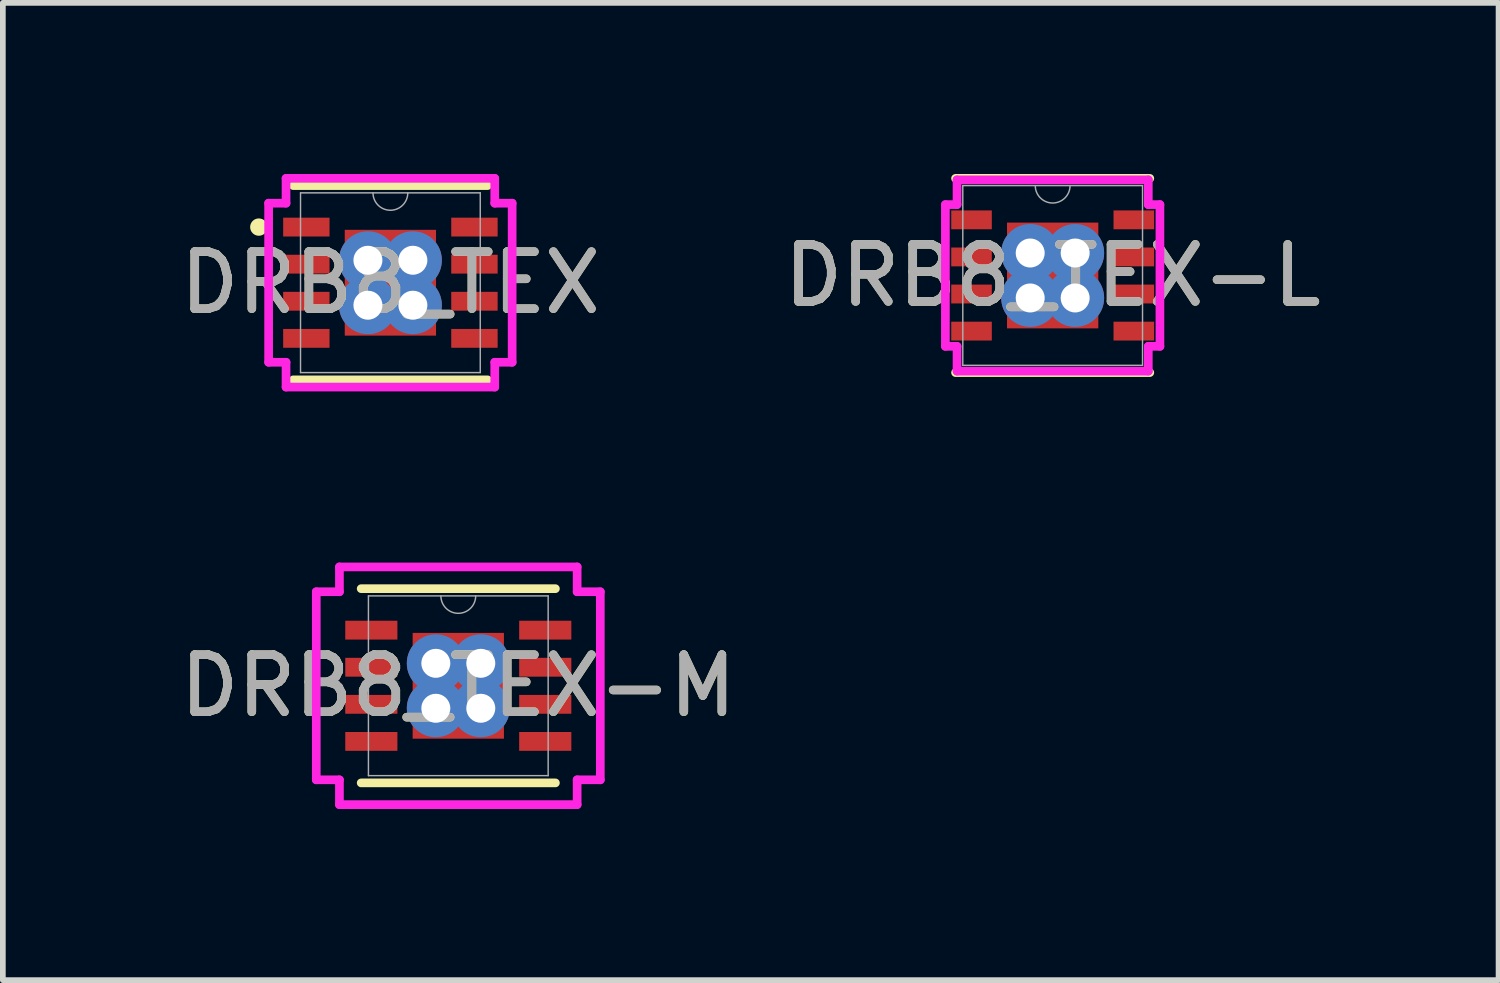
<source format=kicad_pcb>
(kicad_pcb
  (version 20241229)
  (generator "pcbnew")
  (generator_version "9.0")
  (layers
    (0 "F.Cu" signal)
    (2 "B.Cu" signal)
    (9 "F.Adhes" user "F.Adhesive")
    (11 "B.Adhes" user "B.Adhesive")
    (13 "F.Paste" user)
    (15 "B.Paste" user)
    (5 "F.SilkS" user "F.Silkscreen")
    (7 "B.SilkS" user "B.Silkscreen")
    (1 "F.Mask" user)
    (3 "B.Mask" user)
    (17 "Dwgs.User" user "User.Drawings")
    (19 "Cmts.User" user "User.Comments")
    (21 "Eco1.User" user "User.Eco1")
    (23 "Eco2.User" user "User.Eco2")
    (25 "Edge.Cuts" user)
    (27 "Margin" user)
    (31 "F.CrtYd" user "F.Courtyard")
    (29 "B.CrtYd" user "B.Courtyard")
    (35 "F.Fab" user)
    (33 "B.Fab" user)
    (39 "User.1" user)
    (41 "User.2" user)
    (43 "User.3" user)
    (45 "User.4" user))
  (footprint "DRB8_TEX-M"
    (layer "F.Cu")
    (at 4.982 8.969)
    (property "Reference" "DRB8_TEX-M" (at 0 0 0) (unlocked yes) (layer "F.SilkS") (effects (font (size 1 1) (thickness 0.15))))
    (attr smd)
    (fp_poly (pts (xy -0.864 -0.991) (xy -0.594 -0.991) (xy -0.594 0.991) (xy -0.864 0.991)) (stroke (width 0) (type solid)) (fill yes) (layer "F.Mask"))
    (fp_poly (pts (xy -0.864 -0.991) (xy 0.864 -0.991) (xy 0.864 -0.594) (xy -0.864 -0.594)) (stroke (width 0) (type solid)) (fill yes) (layer "F.Mask"))
    (fp_poly (pts (xy -0.864 -0.194) (xy 0.864 -0.194) (xy 0.864 0.194) (xy -0.864 0.194)) (stroke (width 0) (type solid)) (fill yes) (layer "F.Mask"))
    (fp_poly (pts (xy -0.864 0.594) (xy 0.864 0.594) (xy 0.864 0.991) (xy -0.864 0.991)) (stroke (width 0) (type solid)) (fill yes) (layer "F.Mask"))
    (fp_poly (pts (xy 0.194 -0.991) (xy -0.194 -0.991) (xy -0.194 0.991) (xy 0.194 0.991)) (stroke (width 0) (type solid)) (fill yes) (layer "F.Mask"))
    (fp_poly (pts (xy 0.594 -0.991) (xy 0.864 -0.991) (xy 0.864 0.991) (xy 0.594 0.991)) (stroke (width 0) (type solid)) (fill yes) (layer "F.Mask"))
    (fp_line (start -1.702 1.702) (end 1.702 1.702) (stroke (width 0.152) (type solid)) (layer "F.SilkS"))
    (fp_line (start 1.702 -1.702) (end -1.702 -1.702) (stroke (width 0.152) (type solid)) (layer "F.SilkS"))
    (fp_poly (pts (xy -0.725 -0.852) (xy -0.725 -0.494) (xy -0.635 -0.494) (xy -0.494 -0.635) (xy -0.494 -0.852)) (stroke (width 0) (type solid)) (fill yes) (layer "F.Paste"))
    (fp_poly (pts (xy -0.725 0.494) (xy -0.725 0.852) (xy -0.494 0.852) (xy -0.494 0.635) (xy -0.635 0.494)) (stroke (width 0) (type solid)) (fill yes) (layer "F.Paste"))
    (fp_poly (pts (xy 0.494 -0.852) (xy 0.494 -0.635) (xy 0.635 -0.494) (xy 0.725 -0.494) (xy 0.725 -0.852)) (stroke (width 0) (type solid)) (fill yes) (layer "F.Paste"))
    (fp_poly (pts (xy 0.635 0.494) (xy 0.494 0.635) (xy 0.494 0.852) (xy 0.725 0.852) (xy 0.725 0.494)) (stroke (width 0) (type solid)) (fill yes) (layer "F.Paste"))
    (fp_poly (pts (xy -0.725 -0.294) (xy -0.725 0.294) (xy -0.635 0.294) (xy -0.494 0.152) (xy -0.494 -0.152) (xy -0.635 -0.294)) (stroke (width 0) (type solid)) (fill yes) (layer "F.Paste"))
    (fp_poly (pts (xy -0.294 -0.852) (xy -0.294 -0.635) (xy -0.152 -0.494) (xy 0.152 -0.494) (xy 0.294 -0.635) (xy 0.294 -0.852)) (stroke (width 0) (type solid)) (fill yes) (layer "F.Paste"))
    (fp_poly (pts (xy -0.152 0.494) (xy -0.294 0.635) (xy -0.294 0.852) (xy 0.294 0.852) (xy 0.294 0.635) (xy 0.152 0.494)) (stroke (width 0) (type solid)) (fill yes) (layer "F.Paste"))
    (fp_poly (pts (xy 0.635 -0.294) (xy 0.494 -0.152) (xy 0.494 0.152) (xy 0.635 0.294) (xy 0.725 0.294) (xy 0.725 -0.294)) (stroke (width 0) (type solid)) (fill yes) (layer "F.Paste"))
    (fp_poly (pts (xy -0.152 -0.294) (xy -0.294 -0.152) (xy -0.294 0.152) (xy -0.152 0.294) (xy 0.152 0.294) (xy 0.294 0.152) (xy 0.294 -0.152) (xy 0.152 -0.294)) (stroke (width 0) (type solid)) (fill yes) (layer "F.Paste"))
    (fp_line (start -2.489 -1.648) (end -2.083 -1.648) (stroke (width 0.152) (type solid)) (layer "F.CrtYd"))
    (fp_line (start -2.489 1.648) (end -2.489 -1.648) (stroke (width 0.152) (type solid)) (layer "F.CrtYd"))
    (fp_line (start -2.489 1.648) (end -2.083 1.648) (stroke (width 0.152) (type solid)) (layer "F.CrtYd"))
    (fp_line (start -2.083 -2.083) (end 2.083 -2.083) (stroke (width 0.152) (type solid)) (layer "F.CrtYd"))
    (fp_line (start -2.083 -1.648) (end -2.083 -2.083) (stroke (width 0.152) (type solid)) (layer "F.CrtYd"))
    (fp_line (start -2.083 2.083) (end -2.083 1.648) (stroke (width 0.152) (type solid)) (layer "F.CrtYd"))
    (fp_line (start 2.083 -2.083) (end 2.083 -1.648) (stroke (width 0.152) (type solid)) (layer "F.CrtYd"))
    (fp_line (start 2.083 1.648) (end 2.083 2.083) (stroke (width 0.152) (type solid)) (layer "F.CrtYd"))
    (fp_line (start 2.083 2.083) (end -2.083 2.083) (stroke (width 0.152) (type solid)) (layer "F.CrtYd"))
    (fp_line (start 2.489 -1.648) (end 2.083 -1.648) (stroke (width 0.152) (type solid)) (layer "F.CrtYd"))
    (fp_line (start 2.489 -1.648) (end 2.489 1.648) (stroke (width 0.152) (type solid)) (layer "F.CrtYd"))
    (fp_line (start 2.489 1.648) (end 2.083 1.648) (stroke (width 0.152) (type solid)) (layer "F.CrtYd"))
    (fp_line (start -1.575 -1.575) (end -1.575 1.575) (stroke (width 0.025) (type solid)) (layer "F.Fab"))
    (fp_line (start -1.575 1.575) (end 1.575 1.575) (stroke (width 0.025) (type solid)) (layer "F.Fab"))
    (fp_line (start 1.575 -1.575) (end -1.575 -1.575) (stroke (width 0.025) (type solid)) (layer "F.Fab"))
    (fp_line (start 1.575 1.575) (end 1.575 -1.575) (stroke (width 0.025) (type solid)) (layer "F.Fab"))
    (fp_arc (start 0.3048 -1.5748) (mid 0 -1.27) (end -0.3048 -1.5748) (stroke (width 0.0254) (type solid)) (layer "F.Fab"))
    (fp_text user "${REFERENCE}" (at 0 0 0) (unlocked yes) (layer "F.Fab") (effects (font (size 1 1) (thickness 0.15))))
    (pad "1" smd rect (at -1.524 -0.975) (size 0.914 0.33) (layers "F.Cu" "F.Mask" "F.Paste"))
    (pad "2" smd rect (at -1.524 -0.325) (size 0.914 0.33) (layers "F.Cu" "F.Mask" "F.Paste"))
    (pad "3" smd rect (at -1.524 0.325) (size 0.914 0.33) (layers "F.Cu" "F.Mask" "F.Paste"))
    (pad "4" smd rect (at -1.524 0.975) (size 0.914 0.33) (layers "F.Cu" "F.Mask" "F.Paste"))
    (pad "5" smd rect (at 1.524 0.975) (size 0.914 0.33) (layers "F.Cu" "F.Mask" "F.Paste"))
    (pad "6" smd rect (at 1.524 0.325) (size 0.914 0.33) (layers "F.Cu" "F.Mask" "F.Paste"))
    (pad "7" smd rect (at 1.524 -0.325) (size 0.914 0.33) (layers "F.Cu" "F.Mask" "F.Paste"))
    (pad "8" smd rect (at 1.524 -0.975) (size 0.914 0.33) (layers "F.Cu" "F.Mask" "F.Paste"))
    (pad "9" smd rect (at 0 0) (size 1.6 1.854) (layers "F.Cu"))
    (pad "V" thru_hole circle (at -0.394 -0.394) (size 1.016 1.016) (drill 0.508) (layers "*.Cu" "*.Mask"))
    (pad "V" thru_hole circle (at -0.394 0.394) (size 1.016 1.016) (drill 0.508) (layers "*.Cu" "*.Mask"))
    (pad "V" thru_hole circle (at 0.394 -0.394) (size 1.016 1.016) (drill 0.508) (layers "*.Cu" "*.Mask"))
    (pad "V" thru_hole circle (at 0.394 0.394) (size 1.016 1.016) (drill 0.508) (layers "*.Cu" "*.Mask")))
  (footprint "DRB8_TEX"
    (layer "F.Cu")
    (at 3.792 1.905)
    (property "Reference" "DRB8_TEX" (at 0 0 0) (unlocked yes) (layer "F.SilkS") (effects (font (size 1 1) (thickness 0.15))))
    (attr smd)
    (fp_poly (pts (xy -0.864 -0.991) (xy -0.594 -0.991) (xy -0.594 0.991) (xy -0.864 0.991)) (stroke (width 0) (type solid)) (fill yes) (layer "F.Mask"))
    (fp_poly (pts (xy -0.864 -0.991) (xy 0.864 -0.991) (xy 0.864 -0.594) (xy -0.864 -0.594)) (stroke (width 0) (type solid)) (fill yes) (layer "F.Mask"))
    (fp_poly (pts (xy -0.864 -0.194) (xy 0.864 -0.194) (xy 0.864 0.194) (xy -0.864 0.194)) (stroke (width 0) (type solid)) (fill yes) (layer "F.Mask"))
    (fp_poly (pts (xy -0.864 0.594) (xy 0.864 0.594) (xy 0.864 0.991) (xy -0.864 0.991)) (stroke (width 0) (type solid)) (fill yes) (layer "F.Mask"))
    (fp_poly (pts (xy 0.194 -0.991) (xy -0.194 -0.991) (xy -0.194 0.991) (xy 0.194 0.991)) (stroke (width 0) (type solid)) (fill yes) (layer "F.Mask"))
    (fp_poly (pts (xy 0.594 -0.991) (xy 0.864 -0.991) (xy 0.864 0.991) (xy 0.594 0.991)) (stroke (width 0) (type solid)) (fill yes) (layer "F.Mask"))
    (fp_line (start -1.702 1.702) (end 1.702 1.702) (stroke (width 0.152) (type solid)) (layer "F.SilkS"))
    (fp_line (start 1.702 -1.702) (end -1.702 -1.702) (stroke (width 0.152) (type solid)) (layer "F.SilkS"))
    (fp_circle (center -2.306 -0.975) (end -2.23 -0.975) (stroke (width 0.152) (type solid)) (fill no) (layer "F.SilkS"))
    (fp_poly (pts (xy -0.725 -0.852) (xy -0.725 -0.494) (xy -0.635 -0.494) (xy -0.494 -0.635) (xy -0.494 -0.852)) (stroke (width 0) (type solid)) (fill yes) (layer "F.Paste"))
    (fp_poly (pts (xy -0.725 0.494) (xy -0.725 0.852) (xy -0.494 0.852) (xy -0.494 0.635) (xy -0.635 0.494)) (stroke (width 0) (type solid)) (fill yes) (layer "F.Paste"))
    (fp_poly (pts (xy 0.494 -0.852) (xy 0.494 -0.635) (xy 0.635 -0.494) (xy 0.725 -0.494) (xy 0.725 -0.852)) (stroke (width 0) (type solid)) (fill yes) (layer "F.Paste"))
    (fp_poly (pts (xy 0.635 0.494) (xy 0.494 0.635) (xy 0.494 0.852) (xy 0.725 0.852) (xy 0.725 0.494)) (stroke (width 0) (type solid)) (fill yes) (layer "F.Paste"))
    (fp_poly (pts (xy -0.725 -0.294) (xy -0.725 0.294) (xy -0.635 0.294) (xy -0.494 0.152) (xy -0.494 -0.152) (xy -0.635 -0.294)) (stroke (width 0) (type solid)) (fill yes) (layer "F.Paste"))
    (fp_poly (pts (xy -0.294 -0.852) (xy -0.294 -0.635) (xy -0.152 -0.494) (xy 0.152 -0.494) (xy 0.294 -0.635) (xy 0.294 -0.852)) (stroke (width 0) (type solid)) (fill yes) (layer "F.Paste"))
    (fp_poly (pts (xy -0.152 0.494) (xy -0.294 0.635) (xy -0.294 0.852) (xy 0.294 0.852) (xy 0.294 0.635) (xy 0.152 0.494)) (stroke (width 0) (type solid)) (fill yes) (layer "F.Paste"))
    (fp_poly (pts (xy 0.635 -0.294) (xy 0.494 -0.152) (xy 0.494 0.152) (xy 0.635 0.294) (xy 0.725 0.294) (xy 0.725 -0.294)) (stroke (width 0) (type solid)) (fill yes) (layer "F.Paste"))
    (fp_poly (pts (xy -0.152 -0.294) (xy -0.294 -0.152) (xy -0.294 0.152) (xy -0.152 0.294) (xy 0.152 0.294) (xy 0.294 0.152) (xy 0.294 -0.152) (xy 0.152 -0.294)) (stroke (width 0) (type solid)) (fill yes) (layer "F.Paste"))
    (fp_line (start -2.134 -1.394) (end -1.829 -1.394) (stroke (width 0.152) (type solid)) (layer "F.CrtYd"))
    (fp_line (start -2.134 1.394) (end -2.134 -1.394) (stroke (width 0.152) (type solid)) (layer "F.CrtYd"))
    (fp_line (start -2.134 1.394) (end -1.829 1.394) (stroke (width 0.152) (type solid)) (layer "F.CrtYd"))
    (fp_line (start -1.829 -1.829) (end 1.829 -1.829) (stroke (width 0.152) (type solid)) (layer "F.CrtYd"))
    (fp_line (start -1.829 -1.394) (end -1.829 -1.829) (stroke (width 0.152) (type solid)) (layer "F.CrtYd"))
    (fp_line (start -1.829 1.829) (end -1.829 1.394) (stroke (width 0.152) (type solid)) (layer "F.CrtYd"))
    (fp_line (start 1.829 -1.829) (end 1.829 -1.394) (stroke (width 0.152) (type solid)) (layer "F.CrtYd"))
    (fp_line (start 1.829 1.394) (end 1.829 1.829) (stroke (width 0.152) (type solid)) (layer "F.CrtYd"))
    (fp_line (start 1.829 1.829) (end -1.829 1.829) (stroke (width 0.152) (type solid)) (layer "F.CrtYd"))
    (fp_line (start 2.134 -1.394) (end 1.829 -1.394) (stroke (width 0.152) (type solid)) (layer "F.CrtYd"))
    (fp_line (start 2.134 -1.394) (end 2.134 1.394) (stroke (width 0.152) (type solid)) (layer "F.CrtYd"))
    (fp_line (start 2.134 1.394) (end 1.829 1.394) (stroke (width 0.152) (type solid)) (layer "F.CrtYd"))
    (fp_line (start -1.575 -1.575) (end -1.575 1.575) (stroke (width 0.025) (type solid)) (layer "F.Fab"))
    (fp_line (start -1.575 1.575) (end 1.575 1.575) (stroke (width 0.025) (type solid)) (layer "F.Fab"))
    (fp_line (start 1.575 -1.575) (end -1.575 -1.575) (stroke (width 0.025) (type solid)) (layer "F.Fab"))
    (fp_line (start 1.575 1.575) (end 1.575 -1.575) (stroke (width 0.025) (type solid)) (layer "F.Fab"))
    (fp_arc (start 0.3048 -1.5748) (mid 0 -1.27) (end -0.3048 -1.5748) (stroke (width 0.0254) (type solid)) (layer "F.Fab"))
    (fp_text user "${REFERENCE}" (at 0 0 0) (unlocked yes) (layer "F.Fab") (effects (font (size 1 1) (thickness 0.15))))
    (pad "1" smd rect (at -1.473 -0.975) (size 0.813 0.33) (layers "F.Cu" "F.Mask" "F.Paste"))
    (pad "2" smd rect (at -1.473 -0.325) (size 0.813 0.33) (layers "F.Cu" "F.Mask" "F.Paste"))
    (pad "3" smd rect (at -1.473 0.325) (size 0.813 0.33) (layers "F.Cu" "F.Mask" "F.Paste"))
    (pad "4" smd rect (at -1.473 0.975) (size 0.813 0.33) (layers "F.Cu" "F.Mask" "F.Paste"))
    (pad "5" smd rect (at 1.473 0.975) (size 0.813 0.33) (layers "F.Cu" "F.Mask" "F.Paste"))
    (pad "6" smd rect (at 1.473 0.325) (size 0.813 0.33) (layers "F.Cu" "F.Mask" "F.Paste"))
    (pad "7" smd rect (at 1.473 -0.325) (size 0.813 0.33) (layers "F.Cu" "F.Mask" "F.Paste"))
    (pad "8" smd rect (at 1.473 -0.975) (size 0.813 0.33) (layers "F.Cu" "F.Mask" "F.Paste"))
    (pad "9" smd rect (at 0 0) (size 1.6 1.854) (layers "F.Cu"))
    (pad "V" thru_hole circle (at -0.394 -0.394) (size 1.016 1.016) (drill 0.508) (layers "*.Cu" "*.Mask"))
    (pad "V" thru_hole circle (at -0.394 0.394) (size 1.016 1.016) (drill 0.508) (layers "*.Cu" "*.Mask"))
    (pad "V" thru_hole circle (at 0.394 -0.394) (size 1.016 1.016) (drill 0.508) (layers "*.Cu" "*.Mask"))
    (pad "V" thru_hole circle (at 0.394 0.394) (size 1.016 1.016) (drill 0.508) (layers "*.Cu" "*.Mask")))
  (footprint "DRB8_TEX-L"
    (layer "F.Cu")
    (at 15.399 1.778)
    (property "Reference" "DRB8_TEX-L" (at 0 0 0) (unlocked yes) (layer "F.SilkS") (effects (font (size 1 1) (thickness 0.15))))
    (attr smd)
    (fp_poly (pts (xy -0.864 -0.991) (xy -0.594 -0.991) (xy -0.594 0.991) (xy -0.864 0.991)) (stroke (width 0) (type solid)) (fill yes) (layer "F.Mask"))
    (fp_poly (pts (xy -0.864 -0.991) (xy 0.864 -0.991) (xy 0.864 -0.594) (xy -0.864 -0.594)) (stroke (width 0) (type solid)) (fill yes) (layer "F.Mask"))
    (fp_poly (pts (xy -0.864 -0.194) (xy 0.864 -0.194) (xy 0.864 0.194) (xy -0.864 0.194)) (stroke (width 0) (type solid)) (fill yes) (layer "F.Mask"))
    (fp_poly (pts (xy -0.864 0.594) (xy 0.864 0.594) (xy 0.864 0.991) (xy -0.864 0.991)) (stroke (width 0) (type solid)) (fill yes) (layer "F.Mask"))
    (fp_poly (pts (xy 0.194 -0.991) (xy -0.194 -0.991) (xy -0.194 0.991) (xy 0.194 0.991)) (stroke (width 0) (type solid)) (fill yes) (layer "F.Mask"))
    (fp_poly (pts (xy 0.594 -0.991) (xy 0.864 -0.991) (xy 0.864 0.991) (xy 0.594 0.991)) (stroke (width 0) (type solid)) (fill yes) (layer "F.Mask"))
    (fp_line (start -1.702 1.702) (end 1.702 1.702) (stroke (width 0.152) (type solid)) (layer "F.SilkS"))
    (fp_line (start 1.702 -1.702) (end -1.702 -1.702) (stroke (width 0.152) (type solid)) (layer "F.SilkS"))
    (fp_poly (pts (xy -0.725 -0.852) (xy -0.725 -0.494) (xy -0.635 -0.494) (xy -0.494 -0.635) (xy -0.494 -0.852)) (stroke (width 0) (type solid)) (fill yes) (layer "F.Paste"))
    (fp_poly (pts (xy -0.725 0.494) (xy -0.725 0.852) (xy -0.494 0.852) (xy -0.494 0.635) (xy -0.635 0.494)) (stroke (width 0) (type solid)) (fill yes) (layer "F.Paste"))
    (fp_poly (pts (xy 0.494 -0.852) (xy 0.494 -0.635) (xy 0.635 -0.494) (xy 0.725 -0.494) (xy 0.725 -0.852)) (stroke (width 0) (type solid)) (fill yes) (layer "F.Paste"))
    (fp_poly (pts (xy 0.635 0.494) (xy 0.494 0.635) (xy 0.494 0.852) (xy 0.725 0.852) (xy 0.725 0.494)) (stroke (width 0) (type solid)) (fill yes) (layer "F.Paste"))
    (fp_poly (pts (xy -0.725 -0.294) (xy -0.725 0.294) (xy -0.635 0.294) (xy -0.494 0.152) (xy -0.494 -0.152) (xy -0.635 -0.294)) (stroke (width 0) (type solid)) (fill yes) (layer "F.Paste"))
    (fp_poly (pts (xy -0.294 -0.852) (xy -0.294 -0.635) (xy -0.152 -0.494) (xy 0.152 -0.494) (xy 0.294 -0.635) (xy 0.294 -0.852)) (stroke (width 0) (type solid)) (fill yes) (layer "F.Paste"))
    (fp_poly (pts (xy -0.152 0.494) (xy -0.294 0.635) (xy -0.294 0.852) (xy 0.294 0.852) (xy 0.294 0.635) (xy 0.152 0.494)) (stroke (width 0) (type solid)) (fill yes) (layer "F.Paste"))
    (fp_poly (pts (xy 0.635 -0.294) (xy 0.494 -0.152) (xy 0.494 0.152) (xy 0.635 0.294) (xy 0.725 0.294) (xy 0.725 -0.294)) (stroke (width 0) (type solid)) (fill yes) (layer "F.Paste"))
    (fp_poly (pts (xy -0.152 -0.294) (xy -0.294 -0.152) (xy -0.294 0.152) (xy -0.152 0.294) (xy 0.152 0.294) (xy 0.294 0.152) (xy 0.294 -0.152) (xy 0.152 -0.294)) (stroke (width 0) (type solid)) (fill yes) (layer "F.Paste"))
    (fp_line (start -1.88 -1.242) (end -1.676 -1.242) (stroke (width 0.152) (type solid)) (layer "F.CrtYd"))
    (fp_line (start -1.88 1.242) (end -1.88 -1.242) (stroke (width 0.152) (type solid)) (layer "F.CrtYd"))
    (fp_line (start -1.88 1.242) (end -1.676 1.242) (stroke (width 0.152) (type solid)) (layer "F.CrtYd"))
    (fp_line (start -1.676 -1.676) (end 1.676 -1.676) (stroke (width 0.152) (type solid)) (layer "F.CrtYd"))
    (fp_line (start -1.676 -1.242) (end -1.676 -1.676) (stroke (width 0.152) (type solid)) (layer "F.CrtYd"))
    (fp_line (start -1.676 1.676) (end -1.676 1.242) (stroke (width 0.152) (type solid)) (layer "F.CrtYd"))
    (fp_line (start 1.676 -1.676) (end 1.676 -1.242) (stroke (width 0.152) (type solid)) (layer "F.CrtYd"))
    (fp_line (start 1.676 1.242) (end 1.676 1.676) (stroke (width 0.152) (type solid)) (layer "F.CrtYd"))
    (fp_line (start 1.676 1.676) (end -1.676 1.676) (stroke (width 0.152) (type solid)) (layer "F.CrtYd"))
    (fp_line (start 1.88 -1.242) (end 1.676 -1.242) (stroke (width 0.152) (type solid)) (layer "F.CrtYd"))
    (fp_line (start 1.88 -1.242) (end 1.88 1.242) (stroke (width 0.152) (type solid)) (layer "F.CrtYd"))
    (fp_line (start 1.88 1.242) (end 1.676 1.242) (stroke (width 0.152) (type solid)) (layer "F.CrtYd"))
    (fp_line (start -1.575 -1.575) (end -1.575 1.575) (stroke (width 0.025) (type solid)) (layer "F.Fab"))
    (fp_line (start -1.575 1.575) (end 1.575 1.575) (stroke (width 0.025) (type solid)) (layer "F.Fab"))
    (fp_line (start 1.575 -1.575) (end -1.575 -1.575) (stroke (width 0.025) (type solid)) (layer "F.Fab"))
    (fp_line (start 1.575 1.575) (end 1.575 -1.575) (stroke (width 0.025) (type solid)) (layer "F.Fab"))
    (fp_arc (start 0.3048 -1.5748) (mid 0 -1.27) (end -0.3048 -1.5748) (stroke (width 0.0254) (type solid)) (layer "F.Fab"))
    (fp_text user "${REFERENCE}" (at 0 0 0) (unlocked yes) (layer "F.Fab") (effects (font (size 1 1) (thickness 0.15))))
    (pad "1" smd rect (at -1.422 -0.975) (size 0.711 0.33) (layers "F.Cu" "F.Mask" "F.Paste"))
    (pad "2" smd rect (at -1.422 -0.325) (size 0.711 0.33) (layers "F.Cu" "F.Mask" "F.Paste"))
    (pad "3" smd rect (at -1.422 0.325) (size 0.711 0.33) (layers "F.Cu" "F.Mask" "F.Paste"))
    (pad "4" smd rect (at -1.422 0.975) (size 0.711 0.33) (layers "F.Cu" "F.Mask" "F.Paste"))
    (pad "5" smd rect (at 1.422 0.975) (size 0.711 0.33) (layers "F.Cu" "F.Mask" "F.Paste"))
    (pad "6" smd rect (at 1.422 0.325) (size 0.711 0.33) (layers "F.Cu" "F.Mask" "F.Paste"))
    (pad "7" smd rect (at 1.422 -0.325) (size 0.711 0.33) (layers "F.Cu" "F.Mask" "F.Paste"))
    (pad "8" smd rect (at 1.422 -0.975) (size 0.711 0.33) (layers "F.Cu" "F.Mask" "F.Paste"))
    (pad "9" smd rect (at 0 0) (size 1.6 1.854) (layers "F.Cu"))
    (pad "V" thru_hole circle (at -0.394 -0.394) (size 1.016 1.016) (drill 0.508) (layers "*.Cu" "*.Mask"))
    (pad "V" thru_hole circle (at -0.394 0.394) (size 1.016 1.016) (drill 0.508) (layers "*.Cu" "*.Mask"))
    (pad "V" thru_hole circle (at 0.394 -0.394) (size 1.016 1.016) (drill 0.508) (layers "*.Cu" "*.Mask"))
    (pad "V" thru_hole circle (at 0.394 0.394) (size 1.016 1.016) (drill 0.508) (layers "*.Cu" "*.Mask")))
  (gr_rect
    (start -3 -3)
    (end 23.214 14.128)
    (stroke (width 0.1) (type default))
    (fill no)
    (layer "Edge.Cuts")))
</source>
